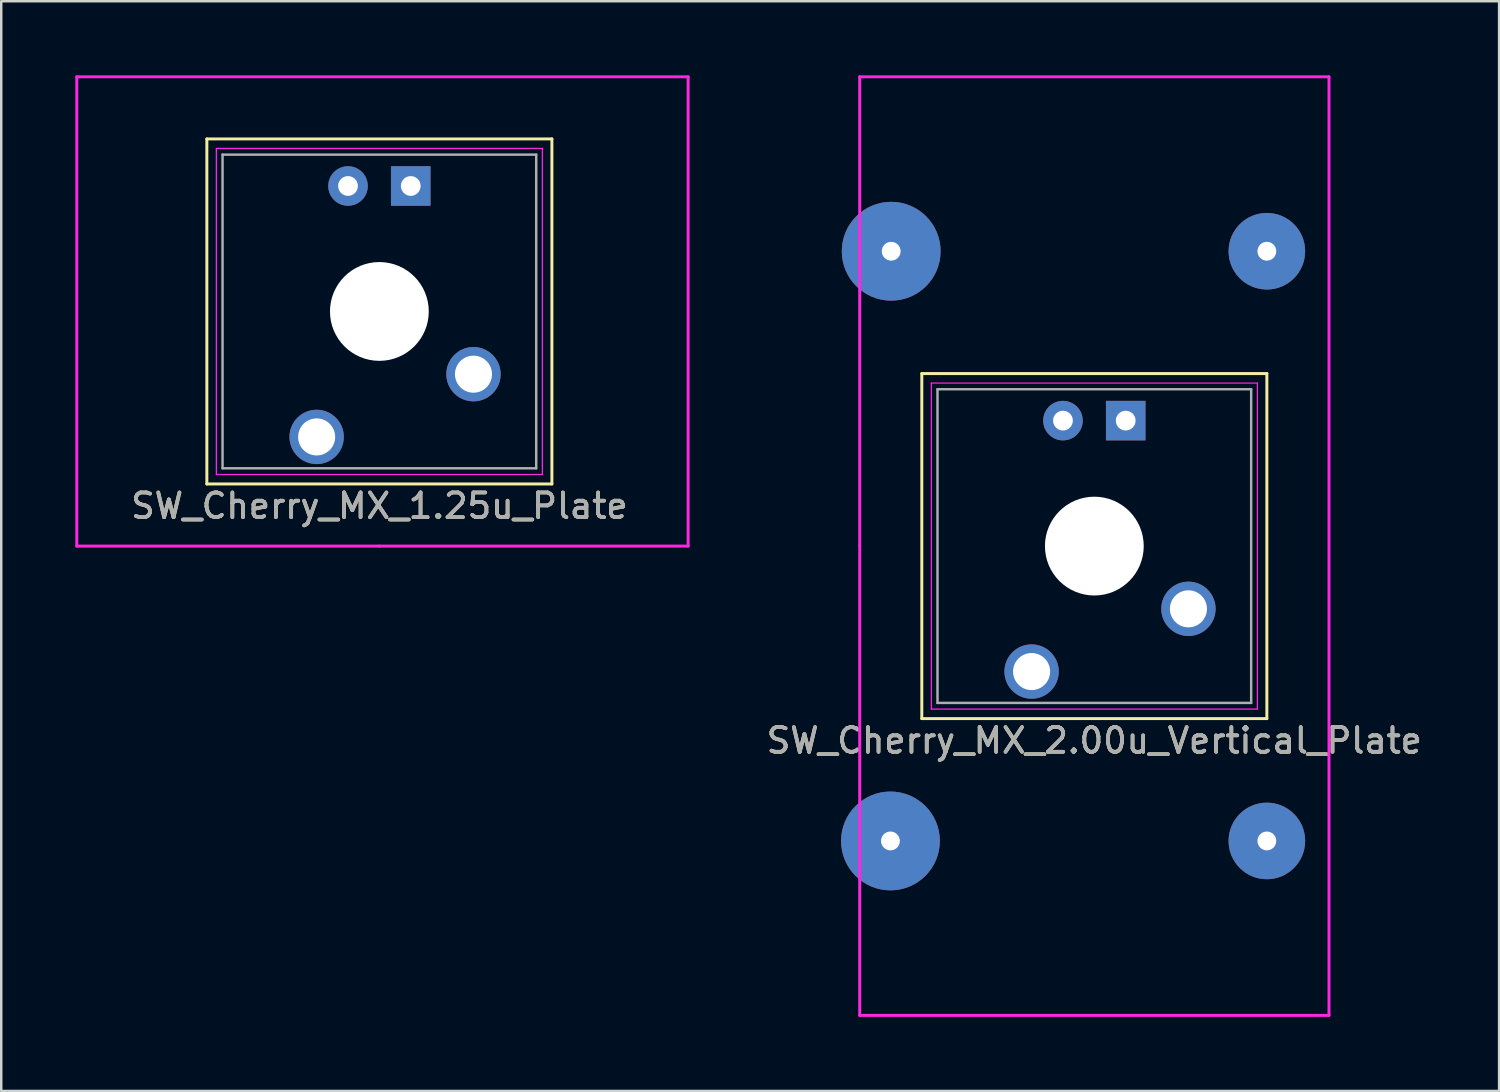
<source format=kicad_pcb>
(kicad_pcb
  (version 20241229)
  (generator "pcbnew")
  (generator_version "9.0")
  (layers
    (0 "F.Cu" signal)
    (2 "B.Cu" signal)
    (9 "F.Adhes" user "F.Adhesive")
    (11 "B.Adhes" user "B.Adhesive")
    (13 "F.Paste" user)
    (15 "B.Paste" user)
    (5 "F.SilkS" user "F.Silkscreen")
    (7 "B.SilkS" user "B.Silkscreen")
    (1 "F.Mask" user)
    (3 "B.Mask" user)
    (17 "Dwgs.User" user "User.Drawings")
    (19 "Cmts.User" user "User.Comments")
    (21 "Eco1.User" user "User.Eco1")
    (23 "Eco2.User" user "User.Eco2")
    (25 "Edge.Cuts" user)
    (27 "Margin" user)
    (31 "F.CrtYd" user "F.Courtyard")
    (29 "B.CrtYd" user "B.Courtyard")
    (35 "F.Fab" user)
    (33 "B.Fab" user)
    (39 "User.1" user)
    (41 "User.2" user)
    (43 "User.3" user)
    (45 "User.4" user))
  (footprint "SW_Cherry_MX_1.25u_Plate"
    (layer "F.Cu")
    (at 12.56 9.56)
    (property "Reference" "SW_Cherry_MX_1.25u_Plate" (at -0.25 7.874 180) (layer "F.SilkS") (effects (font (size 1 1) (thickness 0.15))))
    (attr through_hole)
    (fp_line (start -7.235 -6.985) (end 6.735 -6.985) (stroke (width 0.12) (type solid)) (layer "F.SilkS"))
    (fp_line (start -7.235 6.985) (end -7.235 -6.985) (stroke (width 0.12) (type solid)) (layer "F.SilkS"))
    (fp_line (start 6.735 -6.985) (end 6.735 6.985) (stroke (width 0.12) (type solid)) (layer "F.SilkS"))
    (fp_line (start 6.735 6.985) (end -7.235 6.985) (stroke (width 0.12) (type solid)) (layer "F.SilkS"))
    (fp_line (start -12.5 -9.5) (end 12.25 -9.5) (stroke (width 0.12) (type solid)) (layer "F.CrtYd"))
    (fp_line (start -12.5 9.5) (end -12.5 -9.5) (stroke (width 0.12) (type solid)) (layer "F.CrtYd"))
    (fp_line (start -6.85 -6.6) (end 6.35 -6.6) (stroke (width 0.05) (type solid)) (layer "F.CrtYd"))
    (fp_line (start -6.85 6.6) (end -6.85 -6.6) (stroke (width 0.05) (type solid)) (layer "F.CrtYd"))
    (fp_line (start -0.25 9.5) (end -12.5 9.5) (stroke (width 0.12) (type solid)) (layer "F.CrtYd"))
    (fp_line (start 6.35 -6.6) (end 6.35 6.6) (stroke (width 0.05) (type solid)) (layer "F.CrtYd"))
    (fp_line (start 6.35 6.6) (end -6.85 6.6) (stroke (width 0.05) (type solid)) (layer "F.CrtYd"))
    (fp_line (start 12.25 -9.5) (end 12.25 9.5) (stroke (width 0.12) (type solid)) (layer "F.CrtYd"))
    (fp_line (start 12.25 9.5) (end -0.25 9.5) (stroke (width 0.12) (type solid)) (layer "F.CrtYd"))
    (fp_line (start -6.6 -6.35) (end 6.1 -6.35) (stroke (width 0.1) (type solid)) (layer "F.Fab"))
    (fp_line (start -6.6 6.35) (end -6.6 -6.35) (stroke (width 0.1) (type solid)) (layer "F.Fab"))
    (fp_line (start 6.1 -6.35) (end 6.1 6.35) (stroke (width 0.1) (type solid)) (layer "F.Fab"))
    (fp_line (start 6.1 6.35) (end -6.6 6.35) (stroke (width 0.1) (type solid)) (layer "F.Fab"))
    (fp_text user "${REFERENCE}" (at -0.25 7.874 180) (layer "F.Fab") (effects (font (size 1 1) (thickness 0.15))))
    (pad "" np_thru_hole circle (at -0.25 0 90) (size 4 4) (drill 4) (layers "*.Cu" "*.Mask"))
    (pad "1" thru_hole circle (at 3.56 2.54 180) (size 2.2 2.2) (drill 1.5) (layers "*.Cu" "*.Mask"))
    (pad "2" thru_hole rect (at 1.02 -5.08 180) (size 1.6 1.6) (drill 0.8) (layers "*.Cu" "*.Mask"))
    (pad "3" thru_hole circle (at -1.52 -5.08 180) (size 1.6 1.6) (drill 0.8) (layers "*.Cu" "*.Mask"))
    (pad "4" thru_hole circle (at -2.79 5.08 180) (size 2.2 2.2) (drill 1.5) (layers "*.Cu" "*.Mask")))
  (footprint "SW_Cherry_MX_2.00u_Vertical_Plate"
    (layer "F.Cu")
    (at 41.257 19.06)
    (property "Reference" "SW_Cherry_MX_2.00u_Vertical_Plate" (at 0 7.874 180) (layer "F.SilkS") (effects (font (size 1 1) (thickness 0.15))))
    (attr through_hole)
    (fp_line (start -6.985 -6.985) (end 6.985 -6.985) (stroke (width 0.12) (type solid)) (layer "F.SilkS"))
    (fp_line (start -6.985 6.985) (end -6.985 -6.985) (stroke (width 0.12) (type solid)) (layer "F.SilkS"))
    (fp_line (start 6.985 -6.985) (end 6.985 6.985) (stroke (width 0.12) (type solid)) (layer "F.SilkS"))
    (fp_line (start 6.985 6.985) (end -6.985 6.985) (stroke (width 0.12) (type solid)) (layer "F.SilkS"))
    (fp_line (start -9.5 -19) (end -9.5 0) (stroke (width 0.12) (type solid)) (layer "F.CrtYd"))
    (fp_line (start -9.5 0) (end -9.5 19) (stroke (width 0.12) (type solid)) (layer "F.CrtYd"))
    (fp_line (start -9.5 19) (end 9.5 19) (stroke (width 0.12) (type solid)) (layer "F.CrtYd"))
    (fp_line (start -6.6 -6.6) (end 6.6 -6.6) (stroke (width 0.05) (type solid)) (layer "F.CrtYd"))
    (fp_line (start -6.6 6.6) (end -6.6 -6.6) (stroke (width 0.05) (type solid)) (layer "F.CrtYd"))
    (fp_line (start 6.6 -6.6) (end 6.6 6.6) (stroke (width 0.05) (type solid)) (layer "F.CrtYd"))
    (fp_line (start 6.6 6.6) (end -6.6 6.6) (stroke (width 0.05) (type solid)) (layer "F.CrtYd"))
    (fp_line (start 9.5 -19) (end -9.5 -19) (stroke (width 0.12) (type solid)) (layer "F.CrtYd"))
    (fp_line (start 9.5 19) (end 9.5 -19) (stroke (width 0.12) (type solid)) (layer "F.CrtYd"))
    (fp_line (start -6.35 -6.35) (end 6.35 -6.35) (stroke (width 0.1) (type solid)) (layer "F.Fab"))
    (fp_line (start -6.35 6.35) (end -6.35 -6.35) (stroke (width 0.1) (type solid)) (layer "F.Fab"))
    (fp_line (start 6.35 -6.35) (end 6.35 6.35) (stroke (width 0.1) (type solid)) (layer "F.Fab"))
    (fp_line (start 6.35 6.35) (end -6.35 6.35) (stroke (width 0.1) (type solid)) (layer "F.Fab"))
    (fp_text user "${REFERENCE}" (at 0 7.874 180) (layer "F.Fab") (effects (font (size 1 1) (thickness 0.15))))
    (pad "" np_thru_hole circle (at -8.255 11.938) (size 4 4) (drill 0.762) (layers "*.Cu" "*.Mask"))
    (pad "" np_thru_hole circle (at -8.225 -11.938) (size 4 4) (drill 0.762) (layers "*.Cu" "*.Mask"))
    (pad "" np_thru_hole circle (at 0 0 180) (size 4 4) (drill 4) (layers "*.Cu" "*.Mask"))
    (pad "" np_thru_hole circle (at 6.985 -11.938) (size 3.1 3.1) (drill 0.762) (layers "*.Cu" "*.Mask"))
    (pad "" np_thru_hole circle (at 6.985 11.938) (size 3.1 3.1) (drill 0.762) (layers "*.Cu" "*.Mask"))
    (pad "1" thru_hole circle (at 3.81 2.54 180) (size 2.2 2.2) (drill 1.5) (layers "*.Cu" "*.Mask"))
    (pad "2" thru_hole rect (at 1.27 -5.08 180) (size 1.6 1.6) (drill 0.8) (layers "*.Cu" "*.Mask"))
    (pad "3" thru_hole circle (at -1.27 -5.08 180) (size 1.6 1.6) (drill 0.8) (layers "*.Cu" "*.Mask"))
    (pad "4" thru_hole circle (at -2.54 5.08 180) (size 2.2 2.2) (drill 1.5) (layers "*.Cu" "*.Mask")))
  (gr_rect
    (start -3 -3)
    (end 57.644 41.12)
    (stroke (width 0.1) (type default))
    (fill no)
    (layer "Edge.Cuts")))
</source>
